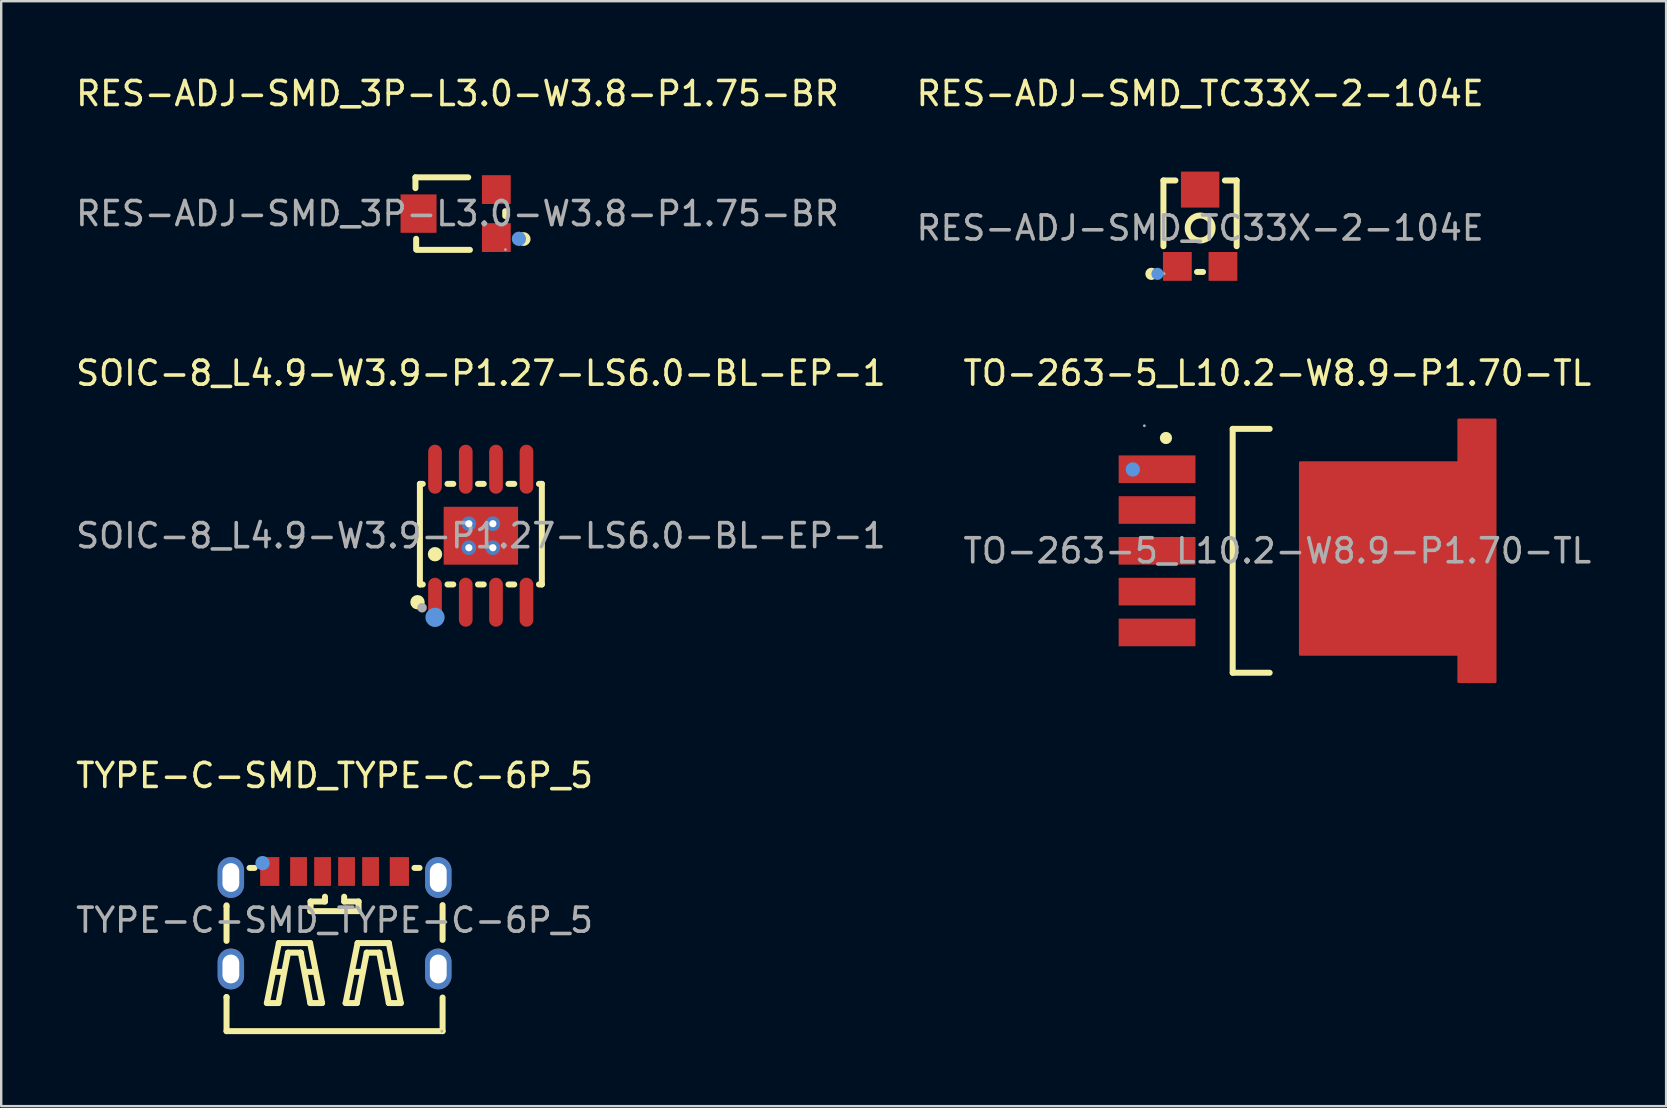
<source format=kicad_pcb>
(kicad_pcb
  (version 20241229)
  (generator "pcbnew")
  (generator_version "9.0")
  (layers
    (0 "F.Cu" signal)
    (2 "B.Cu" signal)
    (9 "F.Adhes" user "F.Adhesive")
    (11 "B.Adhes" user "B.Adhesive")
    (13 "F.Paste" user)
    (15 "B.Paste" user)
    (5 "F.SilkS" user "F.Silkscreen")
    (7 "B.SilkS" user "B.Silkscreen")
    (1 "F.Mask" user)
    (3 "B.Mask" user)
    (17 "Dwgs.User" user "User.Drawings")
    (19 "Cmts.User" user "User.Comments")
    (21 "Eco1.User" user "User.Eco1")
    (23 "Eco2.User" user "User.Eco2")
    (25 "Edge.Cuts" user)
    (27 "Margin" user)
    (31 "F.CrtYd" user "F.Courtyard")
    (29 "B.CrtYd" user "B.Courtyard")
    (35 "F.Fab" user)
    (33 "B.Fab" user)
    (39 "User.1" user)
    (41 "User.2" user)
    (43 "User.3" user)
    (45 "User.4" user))
  (footprint "RES-ADJ-SMD_TC33X-2-104E"
    (layer "F.Cu")
    (at 46.946 6.448)
    (property "Reference" "RES-ADJ-SMD_TC33X-2-104E" (at 0 -5.6 0) (layer "F.SilkS") (effects (font (size 1 1) (thickness 0.15))))
    (attr smd)
    (fp_line (start -1.53 -1.98) (end -1.53 0.76) (stroke (width 0.25) (type solid)) (layer "F.SilkS"))
    (fp_line (start -1.53 -1.98) (end -1.03 -1.98) (stroke (width 0.25) (type solid)) (layer "F.SilkS"))
    (fp_line (start -0.13 1.83) (end 0.12 1.83) (stroke (width 0.25) (type solid)) (layer "F.SilkS"))
    (fp_line (start 1.03 -1.98) (end 1.52 -1.98) (stroke (width 0.25) (type solid)) (layer "F.SilkS"))
    (fp_line (start 1.52 -1.98) (end 1.52 0.76) (stroke (width 0.25) (type solid)) (layer "F.SilkS"))
    (fp_circle (center -2.03 1.91) (end -1.9 1.91) (stroke (width 0.25) (type solid)) (fill no) (layer "F.SilkS"))
    (fp_circle (center 0 0) (end 0.52 0) (stroke (width 0.25) (type solid)) (fill no) (layer "F.SilkS"))
    (fp_circle (center -1.78 1.91) (end -1.65 1.91) (stroke (width 0.25) (type solid)) (fill no) (layer "Cmts.User"))
    (fp_circle (center -1.5 1.9) (end -1.47 1.9) (stroke (width 0.06) (type solid)) (fill no) (layer "F.Fab"))
    (fp_text user "${REFERENCE}" (at 0 0 0) (layer "F.Fab") (effects (font (size 1 1) (thickness 0.15))))
    (pad "1" smd rect (at -0.95 1.6) (size 1.2 1.2) (layers "F.Cu" "F.Mask" "F.Paste"))
    (pad "2" smd rect (at 0 -1.6) (size 1.6 1.5) (layers "F.Cu" "F.Mask" "F.Paste"))
    (pad "3" smd rect (at 0.95 1.6) (size 1.2 1.2) (layers "F.Cu" "F.Mask" "F.Paste")))
  (footprint "RES-ADJ-SMD_3P-L3.0-W3.8-P1.75-BR"
    (layer "F.Cu")
    (at 16.006 5.848)
    (property "Reference" "RES-ADJ-SMD_3P-L3.0-W3.8-P1.75-BR" (at 0 -5 0) (layer "F.SilkS") (effects (font (size 1 1) (thickness 0.15))))
    (attr smd)
    (fp_line (start -1.75 -1.51) (end -1.75 -1.06) (stroke (width 0.25) (type solid)) (layer "F.SilkS"))
    (fp_line (start -1.72 1.05) (end -1.72 1.5) (stroke (width 0.25) (type solid)) (layer "F.SilkS"))
    (fp_line (start 0.45 -1.51) (end -1.75 -1.51) (stroke (width 0.25) (type solid)) (layer "F.SilkS"))
    (fp_line (start 0.52 1.51) (end -1.68 1.51) (stroke (width 0.25) (type solid)) (layer "F.SilkS"))
    (fp_line (start 1.99 0.1) (end 1.99 -0.1) (stroke (width 0.25) (type solid)) (layer "F.SilkS"))
    (fp_circle (center 2.76 1.06) (end 2.92 1.06) (stroke (width 0.25) (type solid)) (fill no) (layer "F.SilkS"))
    (fp_circle (center 2.56 1.05) (end 2.71 1.05) (stroke (width 0.3) (type solid)) (fill no) (layer "Cmts.User"))
    (fp_circle (center 2 1.5) (end 2.03 1.5) (stroke (width 0.06) (type solid)) (fill no) (layer "F.Fab"))
    (fp_text user "${REFERENCE}" (at 0 0 0) (layer "F.Fab") (effects (font (size 1 1) (thickness 0.15))))
    (pad "1" smd rect (at 1.62 1 90) (size 1.2 1.2) (layers "F.Cu" "F.Mask" "F.Paste"))
    (pad "2" smd rect (at -1.62 0 90) (size 1.6 1.5) (layers "F.Cu" "F.Mask" "F.Paste"))
    (pad "3" smd rect (at 1.62 -1 90) (size 1.2 1.2) (layers "F.Cu" "F.Mask" "F.Paste")))
  (footprint "TO-263-5_L10.2-W8.9-P1.70-TL"
    (layer "F.Cu")
    (at 50.161 19.896)
    (property "Reference" "TO-263-5_L10.2-W8.9-P1.70-TL" (at 0 -7.4 0) (layer "F.SilkS") (effects (font (size 1 1) (thickness 0.15))))
    (attr smd)
    (fp_line (start -1.86 -5.08) (end -0.32 -5.08) (stroke (width 0.25) (type solid)) (layer "F.SilkS"))
    (fp_line (start -1.86 5.08) (end -1.86 -5.08) (stroke (width 0.25) (type solid)) (layer "F.SilkS"))
    (fp_line (start -0.32 5.08) (end -1.86 5.08) (stroke (width 0.25) (type solid)) (layer "F.SilkS"))
    (fp_circle (center -4.64 -4.7) (end -4.51 -4.7) (stroke (width 0.25) (type solid)) (fill no) (layer "F.SilkS"))
    (fp_circle (center -6.02 -3.39) (end -5.87 -3.39) (stroke (width 0.3) (type solid)) (fill no) (layer "Cmts.User"))
    (fp_circle (center -5.54 -5.21) (end -5.51 -5.21) (stroke (width 0.06) (type solid)) (fill no) (layer "F.Fab"))
    (fp_text user "${REFERENCE}" (at 0 0 0) (layer "F.Fab") (effects (font (size 1 1) (thickness 0.15))))
    (pad "1" smd rect (at -5.01 -3.4) (size 3.2 1.15) (layers "F.Cu" "F.Mask" "F.Paste"))
    (pad "2" smd rect (at -5.01 -1.7) (size 3.2 1.15) (layers "F.Cu" "F.Mask" "F.Paste"))
    (pad "3" smd rect (at -5.01 0) (size 3.2 1.15) (layers "F.Cu" "F.Mask" "F.Paste"))
    (pad "4" smd rect (at -5.01 1.7) (size 3.2 1.15) (layers "F.Cu" "F.Mask" "F.Paste"))
    (pad "5" smd rect (at -5.01 3.4) (size 3.2 1.15) (layers "F.Cu" "F.Mask" "F.Paste"))
    (pad "6" smd custom (at 5.01 0.32) (size 0.01 0.01) (layers "F.Cu" "F.Mask" "F.Paste") (options (anchor circle)) (primitives (gr_poly (pts (xy -4.06 -4) (xy 2.54 -4) (xy 2.54 -5.78) (xy 4.07 -5.78) (xy 4.07 5.14) (xy 2.54 5.14) (xy 2.54 4) (xy -4.06 4)) (width 0.1) (fill yes)))))
  (footprint "TYPE-C-SMD_TYPE-C-6P_5"
    (layer "F.Cu")
    (at 10.887 35.285)
    (property "Reference" "TYPE-C-SMD_TYPE-C-6P_5" (at 0 -6.03 0) (layer "F.SilkS") (effects (font (size 1 1) (thickness 0.15))))
    (attr smd)
    (fp_line (start -4.5 -0.58) (end -4.5 -0.62) (stroke (width 0.25) (type solid)) (layer "F.SilkS"))
    (fp_line (start -4.5 -0.58) (end -4.5 0.86) (stroke (width 0.25) (type solid)) (layer "F.SilkS"))
    (fp_line (start -4.5 3.2) (end -4.5 4.62) (stroke (width 0.25) (type solid)) (layer "F.SilkS"))
    (fp_line (start -4.5 3.22) (end -4.5 3.2) (stroke (width 0.25) (type solid)) (layer "F.SilkS"))
    (fp_line (start -4.5 4.62) (end 4.5 4.62) (stroke (width 0.25) (type solid)) (layer "F.SilkS"))
    (fp_line (start -3.54 -2.18) (end -3.33 -2.18) (stroke (width 0.25) (type solid)) (layer "F.SilkS"))
    (fp_line (start -2.82 3.45) (end -2.32 0.95) (stroke (width 0.25) (type solid)) (layer "F.SilkS"))
    (fp_line (start -2.52 2.15) (end -2.12 2.15) (stroke (width 0.25) (type solid)) (layer "F.SilkS"))
    (fp_line (start -2.34 3.45) (end -2.82 3.45) (stroke (width 0.25) (type solid)) (layer "F.SilkS"))
    (fp_line (start -2.32 0.95) (end -1.02 0.95) (stroke (width 0.25) (type solid)) (layer "F.SilkS"))
    (fp_line (start -1.94 1.35) (end -2.34 3.45) (stroke (width 0.25) (type solid)) (layer "F.SilkS"))
    (fp_line (start -1.41 1.35) (end -1.94 1.35) (stroke (width 0.25) (type solid)) (layer "F.SilkS"))
    (fp_line (start -1.22 2.15) (end -0.82 2.15) (stroke (width 0.25) (type solid)) (layer "F.SilkS"))
    (fp_line (start -1.02 0.95) (end -0.52 3.45) (stroke (width 0.25) (type solid)) (layer "F.SilkS"))
    (fp_line (start -1.01 -0.38) (end 1.01 -0.38) (stroke (width 0.25) (type solid)) (layer "F.SilkS"))
    (fp_line (start -1.01 3.45) (end -1.41 1.35) (stroke (width 0.25) (type solid)) (layer "F.SilkS"))
    (fp_line (start -1 -0.78) (end -0.4 -0.78) (stroke (width 0.25) (type solid)) (layer "F.SilkS"))
    (fp_line (start -1 -0.38) (end -1 -0.78) (stroke (width 0.25) (type solid)) (layer "F.SilkS"))
    (fp_line (start -0.52 3.45) (end -1.01 3.45) (stroke (width 0.25) (type solid)) (layer "F.SilkS"))
    (fp_line (start -0.4 -0.78) (end -0.4 -0.98) (stroke (width 0.25) (type solid)) (layer "F.SilkS"))
    (fp_line (start 0.4 -0.78) (end 0.4 -0.98) (stroke (width 0.25) (type solid)) (layer "F.SilkS"))
    (fp_line (start 0.46 3.45) (end 0.96 0.95) (stroke (width 0.25) (type solid)) (layer "F.SilkS"))
    (fp_line (start 0.76 2.15) (end 1.16 2.15) (stroke (width 0.25) (type solid)) (layer "F.SilkS"))
    (fp_line (start 0.93 3.45) (end 0.46 3.45) (stroke (width 0.25) (type solid)) (layer "F.SilkS"))
    (fp_line (start 0.96 0.95) (end 2.26 0.95) (stroke (width 0.25) (type solid)) (layer "F.SilkS"))
    (fp_line (start 1 -0.78) (end 0.4 -0.78) (stroke (width 0.25) (type solid)) (layer "F.SilkS"))
    (fp_line (start 1 -0.38) (end 1 -0.78) (stroke (width 0.25) (type solid)) (layer "F.SilkS"))
    (fp_line (start 1.34 1.35) (end 0.93 3.45) (stroke (width 0.25) (type solid)) (layer "F.SilkS"))
    (fp_line (start 1.86 1.35) (end 1.34 1.35) (stroke (width 0.25) (type solid)) (layer "F.SilkS"))
    (fp_line (start 2.06 2.15) (end 2.46 2.15) (stroke (width 0.25) (type solid)) (layer "F.SilkS"))
    (fp_line (start 2.26 0.95) (end 2.76 3.45) (stroke (width 0.25) (type solid)) (layer "F.SilkS"))
    (fp_line (start 2.26 3.45) (end 1.86 1.35) (stroke (width 0.25) (type solid)) (layer "F.SilkS"))
    (fp_line (start 2.76 3.45) (end 2.26 3.45) (stroke (width 0.25) (type solid)) (layer "F.SilkS"))
    (fp_line (start 3.33 -2.18) (end 3.54 -2.18) (stroke (width 0.25) (type solid)) (layer "F.SilkS"))
    (fp_line (start 4.5 0.82) (end 4.5 -0.63) (stroke (width 0.25) (type solid)) (layer "F.SilkS"))
    (fp_line (start 4.5 4.62) (end 4.5 3.22) (stroke (width 0.25) (type solid)) (layer "F.SilkS"))
    (fp_circle (center -3 -2.38) (end -2.85 -2.38) (stroke (width 0.3) (type solid)) (fill no) (layer "Cmts.User"))
    (fp_circle (center 4.47 4.62) (end 4.5 4.62) (stroke (width 0.06) (type solid)) (fill no) (layer "F.Fab"))
    (fp_text user "${REFERENCE}" (at 0 0 0) (layer "F.Fab") (effects (font (size 1 1) (thickness 0.15))))
    (pad "7" thru_hole oval (at -4.32 -1.78) (size 1.1 1.7) (drill oval 0.7 1.2) (layers "*.Cu" "*.Mask"))
    (pad "7" thru_hole oval (at -4.32 2.03) (size 1.1 1.7) (drill oval 0.7 1.2) (layers "*.Cu" "*.Mask"))
    (pad "7" thru_hole oval (at 4.32 -1.78) (size 1.1 1.7) (drill oval 0.7 1.2) (layers "*.Cu" "*.Mask"))
    (pad "7" thru_hole oval (at 4.32 2.03) (size 1.1 1.7) (drill oval 0.7 1.2) (layers "*.Cu" "*.Mask"))
    (pad "A5" smd rect (at -0.5 -2.03) (size 0.7 1.2) (layers "F.Cu" "F.Mask" "F.Paste"))
    (pad "A9" smd rect (at 1.5 -2.03) (size 0.7 1.2) (layers "F.Cu" "F.Mask" "F.Paste"))
    (pad "A12" smd rect (at 2.7 -2.03) (size 0.8 1.2) (layers "F.Cu" "F.Mask" "F.Paste"))
    (pad "B5" smd rect (at 0.5 -2.03) (size 0.7 1.2) (layers "F.Cu" "F.Mask" "F.Paste"))
    (pad "B9" smd rect (at -1.5 -2.03) (size 0.7 1.2) (layers "F.Cu" "F.Mask" "F.Paste"))
    (pad "B12" smd rect (at -2.7 -2.03) (size 0.8 1.2) (layers "F.Cu" "F.Mask" "F.Paste")))
  (footprint "SOIC-8_L4.9-W3.9-P1.27-LS6.0-BL-EP-1"
    (layer "F.Cu")
    (at 16.982 19.267)
    (property "Reference" "SOIC-8_L4.9-W3.9-P1.27-LS6.0-BL-EP-1" (at 0 -6.77 0) (layer "F.SilkS") (effects (font (size 1 1) (thickness 0.15))))
    (attr smd)
    (fp_line (start -2.54 -2.16) (end -2.54 2.03) (stroke (width 0.25) (type solid)) (layer "F.SilkS"))
    (fp_line (start -2.54 2.03) (end -2.42 2.03) (stroke (width 0.25) (type solid)) (layer "F.SilkS"))
    (fp_line (start -2.42 -2.16) (end -2.54 -2.16) (stroke (width 0.25) (type solid)) (layer "F.SilkS"))
    (fp_line (start -1.39 2.03) (end -1.15 2.03) (stroke (width 0.25) (type solid)) (layer "F.SilkS"))
    (fp_line (start -1.15 -2.16) (end -1.39 -2.16) (stroke (width 0.25) (type solid)) (layer "F.SilkS"))
    (fp_line (start -0.12 2.03) (end 0.12 2.03) (stroke (width 0.25) (type solid)) (layer "F.SilkS"))
    (fp_line (start 0.12 -2.16) (end -0.12 -2.16) (stroke (width 0.25) (type solid)) (layer "F.SilkS"))
    (fp_line (start 1.15 2.03) (end 1.39 2.03) (stroke (width 0.25) (type solid)) (layer "F.SilkS"))
    (fp_line (start 1.39 -2.16) (end 1.15 -2.16) (stroke (width 0.25) (type solid)) (layer "F.SilkS"))
    (fp_line (start 2.54 -2.16) (end 2.42 -2.16) (stroke (width 0.25) (type solid)) (layer "F.SilkS"))
    (fp_line (start 2.54 2.03) (end 2.42 2.03) (stroke (width 0.25) (type solid)) (layer "F.SilkS"))
    (fp_line (start 2.54 2.03) (end 2.54 -2.16) (stroke (width 0.25) (type solid)) (layer "F.SilkS"))
    (fp_circle (center -2.64 2.77) (end -2.49 2.77) (stroke (width 0.3) (type solid)) (fill no) (layer "F.SilkS"))
    (fp_circle (center -1.91 0.77) (end -1.76 0.77) (stroke (width 0.3) (type solid)) (fill no) (layer "F.SilkS"))
    (fp_circle (center -1.91 3.4) (end -1.71 3.4) (stroke (width 0.4) (type solid)) (fill no) (layer "Cmts.User"))
    (fp_circle (center -2.45 3) (end -2.35 3) (stroke (width 0.2) (type solid)) (fill no) (layer "F.Fab"))
    (fp_text user "${REFERENCE}" (at 0 0 0) (layer "F.Fab") (effects (font (size 1 1) (thickness 0.15))))
    (pad "" thru_hole circle (at -0.5 -0.5) (size 0.61 0.61) (drill 0.3) (layers "*.Cu" "*.Paste" "*.Mask"))
    (pad "" thru_hole circle (at -0.5 0.5) (size 0.61 0.61) (drill 0.3) (layers "*.Cu" "*.Paste" "*.Mask"))
    (pad "" thru_hole circle (at 0.5 -0.5) (size 0.61 0.61) (drill 0.3) (layers "*.Cu" "*.Paste" "*.Mask"))
    (pad "" thru_hole circle (at 0.5 0.5) (size 0.61 0.61) (drill 0.3) (layers "*.Cu" "*.Paste" "*.Mask"))
    (pad "1" smd oval (at -1.91 2.77) (size 0.57 2.04) (layers "F.Cu" "F.Mask" "F.Paste"))
    (pad "2" smd oval (at -0.63 2.77) (size 0.57 2.04) (layers "F.Cu" "F.Mask" "F.Paste"))
    (pad "3" smd oval (at 0.63 2.77) (size 0.57 2.04) (layers "F.Cu" "F.Mask" "F.Paste"))
    (pad "4" smd oval (at 1.9 2.77) (size 0.57 2.04) (layers "F.Cu" "F.Mask" "F.Paste"))
    (pad "5" smd oval (at 1.9 -2.77) (size 0.57 2.04) (layers "F.Cu" "F.Mask" "F.Paste"))
    (pad "6" smd oval (at 0.63 -2.77) (size 0.57 2.04) (layers "F.Cu" "F.Mask" "F.Paste"))
    (pad "7" smd oval (at -0.63 -2.77) (size 0.57 2.04) (layers "F.Cu" "F.Mask" "F.Paste"))
    (pad "8" smd oval (at -1.91 -2.77) (size 0.57 2.04) (layers "F.Cu" "F.Mask" "F.Paste"))
    (pad "9" smd rect (at 0 0) (size 3.1 2.41) (layers "F.Cu" "F.Mask" "F.Paste")))
  (gr_rect
    (start -3 -3)
    (end 66.357 43.03)
    (stroke (width 0.1) (type default))
    (fill no)
    (layer "Edge.Cuts")))
</source>
